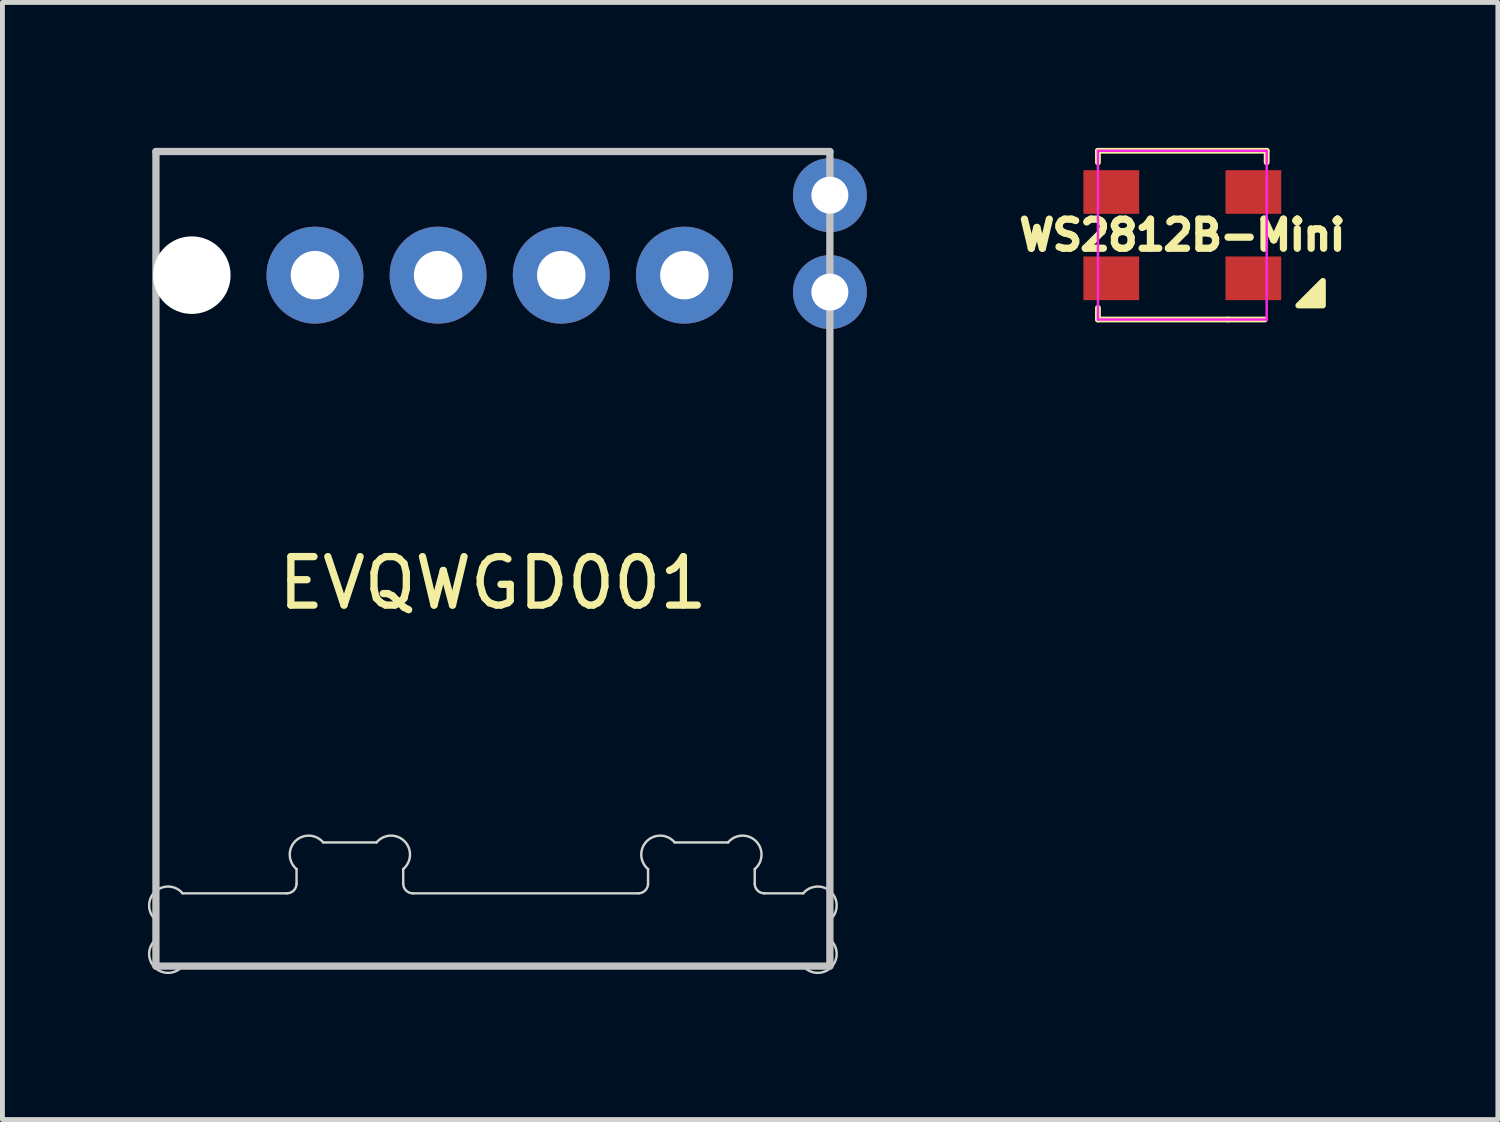
<source format=kicad_pcb>
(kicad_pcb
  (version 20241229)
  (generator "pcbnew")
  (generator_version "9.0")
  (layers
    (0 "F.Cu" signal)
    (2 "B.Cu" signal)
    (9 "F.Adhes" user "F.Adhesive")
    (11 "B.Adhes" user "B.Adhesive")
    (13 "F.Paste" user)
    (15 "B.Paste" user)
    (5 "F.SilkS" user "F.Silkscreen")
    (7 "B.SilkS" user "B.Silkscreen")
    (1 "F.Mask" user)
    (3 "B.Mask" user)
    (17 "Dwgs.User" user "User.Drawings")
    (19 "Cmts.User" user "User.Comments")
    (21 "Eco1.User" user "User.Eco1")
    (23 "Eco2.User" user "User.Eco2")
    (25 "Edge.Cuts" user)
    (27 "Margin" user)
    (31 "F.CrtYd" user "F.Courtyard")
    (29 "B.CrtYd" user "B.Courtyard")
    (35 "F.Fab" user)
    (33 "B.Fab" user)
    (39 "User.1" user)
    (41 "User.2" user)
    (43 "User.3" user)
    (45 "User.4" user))
  (footprint "WS2812B-Mini"
    (layer "F.Cu")
    (at 21.335 1.8)
    (property "Reference" "WS2812B-Mini" (at 0 0 180) (layer "F.SilkS") (effects (font (size 0.6 0.6) (thickness 0.15))))
    (attr smd)
    (fp_line (start -1.74 -1.74) (end -1.74 -1.5) (stroke (width 0.12) (type solid)) (layer "F.SilkS"))
    (fp_line (start -1.74 -1.74) (end 1.74 -1.74) (stroke (width 0.12) (type solid)) (layer "F.SilkS"))
    (fp_line (start -1.74 1.74) (end -1.74 1.5) (stroke (width 0.12) (type solid)) (layer "F.SilkS"))
    (fp_line (start 0.94 1.74) (end -1.74 1.74) (stroke (width 0.12) (type solid)) (layer "F.SilkS"))
    (fp_line (start 0.94 1.74) (end 1.7 1.74) (stroke (width 0.12) (type solid)) (layer "F.SilkS"))
    (fp_line (start 1.74 -1.74) (end 1.74 -1.5) (stroke (width 0.12) (type solid)) (layer "F.SilkS"))
    (fp_poly (pts (xy 2.9 1.45) (xy 2.392 1.45) (xy 2.9 0.942)) (stroke (width 0.12) (type solid)) (fill yes) (layer "F.SilkS"))
    (fp_line (start -1.74 1.74) (end -1.74 -1.74) (stroke (width 0.05) (type solid)) (layer "F.CrtYd"))
    (fp_line (start -1.74 1.74) (end 1.74 1.74) (stroke (width 0.05) (type solid)) (layer "F.CrtYd"))
    (fp_line (start 1.74 -1.74) (end -1.74 -1.74) (stroke (width 0.05) (type solid)) (layer "F.CrtYd"))
    (fp_line (start 1.74 1.74) (end 1.74 -1.74) (stroke (width 0.05) (type solid)) (layer "F.CrtYd"))
    (pad "1" smd rect (at -1.465 -0.89 90) (size 0.9 1.15) (layers "F.Cu" "F.Mask" "F.Paste"))
    (pad "2" smd rect (at -1.465 0.89 90) (size 0.9 1.15) (layers "F.Cu" "F.Mask" "F.Paste"))
    (pad "3" smd rect (at 1.465 0.89 90) (size 0.9 1.15) (layers "F.Cu" "F.Mask" "F.Paste"))
    (pad "4" smd rect (at 1.465 -0.89 90) (size 0.9 1.15) (layers "F.Cu" "F.Mask" "F.Paste")))
  (footprint "EVQWGD001"
    (layer "F.Cu")
    (at 7.116 8.475)
    (property "Reference" "EVQWGD001" (at 0 0.5 0) (layer "F.SilkS") (effects (font (size 1 1) (thickness 0.15))))
    (attr through_hole)
    (fp_line (start -6.95 -8.4) (end -6.95 8.4) (stroke (width 0.15) (type solid)) (layer "Dwgs.User"))
    (fp_line (start -6.95 -8.4) (end 6.95 -8.4) (stroke (width 0.15) (type solid)) (layer "Dwgs.User"))
    (fp_line (start -6.95 8.4) (end 6.95 8.4) (stroke (width 0.15) (type solid)) (layer "Dwgs.User"))
    (fp_line (start 6.95 -8.4) (end 6.95 8.4) (stroke (width 0.15) (type solid)) (layer "Dwgs.User"))
    (fp_line (start -6.95 7.45) (end -6.95 7.85) (stroke (width 0.05) (type solid)) (layer "Edge.Cuts"))
    (fp_line (start -6.4 6.9) (end -4.25 6.9) (stroke (width 0.05) (type solid)) (layer "Edge.Cuts"))
    (fp_line (start -6.4 8.4) (end 6.4 8.4) (stroke (width 0.05) (type solid)) (layer "Edge.Cuts"))
    (fp_line (start -4.05 6.7) (end -4.05 6.4) (stroke (width 0.05) (type solid)) (layer "Edge.Cuts"))
    (fp_line (start -2.4 5.85) (end -3.5 5.85) (stroke (width 0.05) (type solid)) (layer "Edge.Cuts"))
    (fp_line (start -1.85 6.7) (end -1.85 6.4) (stroke (width 0.05) (type solid)) (layer "Edge.Cuts"))
    (fp_line (start -1.65 6.9) (end 3 6.9) (stroke (width 0.05) (type solid)) (layer "Edge.Cuts"))
    (fp_line (start 3.2 6.7) (end 3.2 6.4) (stroke (width 0.05) (type solid)) (layer "Edge.Cuts"))
    (fp_line (start 4.85 5.85) (end 3.75 5.85) (stroke (width 0.05) (type solid)) (layer "Edge.Cuts"))
    (fp_line (start 5.4 6.7) (end 5.4 6.4) (stroke (width 0.05) (type solid)) (layer "Edge.Cuts"))
    (fp_line (start 5.6 6.9) (end 6.4 6.9) (stroke (width 0.05) (type solid)) (layer "Edge.Cuts"))
    (fp_line (start 6.95 7.45) (end 6.95 7.85) (stroke (width 0.05) (type solid)) (layer "Edge.Cuts"))
    (fp_arc (start -6.94997 7.450024) (mid -6.976147 6.87388) (end -6.4 6.900001) (stroke (width 0.05) (type solid)) (layer "Edge.Cuts"))
    (fp_arc (start -6.4 8.4) (mid -6.976134 8.426134) (end -6.95 7.85) (stroke (width 0.05) (type solid)) (layer "Edge.Cuts"))
    (fp_arc (start -4.05 6.4) (mid -4.076134 5.823866) (end -3.5 5.85) (stroke (width 0.05) (type solid)) (layer "Edge.Cuts"))
    (fp_arc (start -4.05 6.7) (mid -4.108579 6.841421) (end -4.25 6.9) (stroke (width 0.05) (type solid)) (layer "Edge.Cuts"))
    (fp_arc (start -2.4 5.85) (mid -1.823866 5.823866) (end -1.85 6.4) (stroke (width 0.05) (type solid)) (layer "Edge.Cuts"))
    (fp_arc (start -1.65 6.9) (mid -1.791421 6.841421) (end -1.85 6.7) (stroke (width 0.05) (type solid)) (layer "Edge.Cuts"))
    (fp_arc (start 3.2 6.4) (mid 3.173866 5.823866) (end 3.75 5.85) (stroke (width 0.05) (type solid)) (layer "Edge.Cuts"))
    (fp_arc (start 3.2 6.7) (mid 3.141421 6.841421) (end 3 6.9) (stroke (width 0.05) (type solid)) (layer "Edge.Cuts"))
    (fp_arc (start 4.85 5.85) (mid 5.426134 5.823866) (end 5.4 6.4) (stroke (width 0.05) (type solid)) (layer "Edge.Cuts"))
    (fp_arc (start 5.6 6.9) (mid 5.458579 6.841421) (end 5.4 6.7) (stroke (width 0.05) (type solid)) (layer "Edge.Cuts"))
    (fp_arc (start 6.4 6.9) (mid 6.976134 6.873866) (end 6.95 7.45) (stroke (width 0.05) (type solid)) (layer "Edge.Cuts"))
    (fp_arc (start 6.95 7.85) (mid 6.976134 8.426134) (end 6.4 8.4) (stroke (width 0.05) (type solid)) (layer "Edge.Cuts"))
    (pad "" np_thru_hole circle (at -6.21 -5.85) (size 1.6 1.6) (drill 1.6) (layers "*.Cu"))
    (pad "A" thru_hole circle (at -3.67 -5.85) (size 2 2) (drill 1) (layers "*.Cu" "B.Mask"))
    (pad "A" thru_hole circle (at 3.95 -5.85) (size 2 2) (drill 1) (layers "*.Cu" "B.Mask"))
    (pad "B" thru_hole circle (at 1.41 -5.85) (size 2 2) (drill 1) (layers "*.Cu" "B.Mask"))
    (pad "C" thru_hole circle (at -1.13 -5.85) (size 2 2) (drill 1) (layers "*.Cu" "B.Mask"))
    (pad "S1" thru_hole circle (at 6.95 -7.5) (size 1.524 1.524) (drill 0.762) (layers "*.Cu" "B.Mask"))
    (pad "S2" thru_hole oval (at 6.95 -5.5) (size 1.524 1.524) (drill 0.762) (layers "*.Cu" "B.Mask")))
  (gr_rect
    (start -3 -3)
    (end 27.843 20.041)
    (stroke (width 0.1) (type default))
    (fill no)
    (layer "Edge.Cuts")))
</source>
